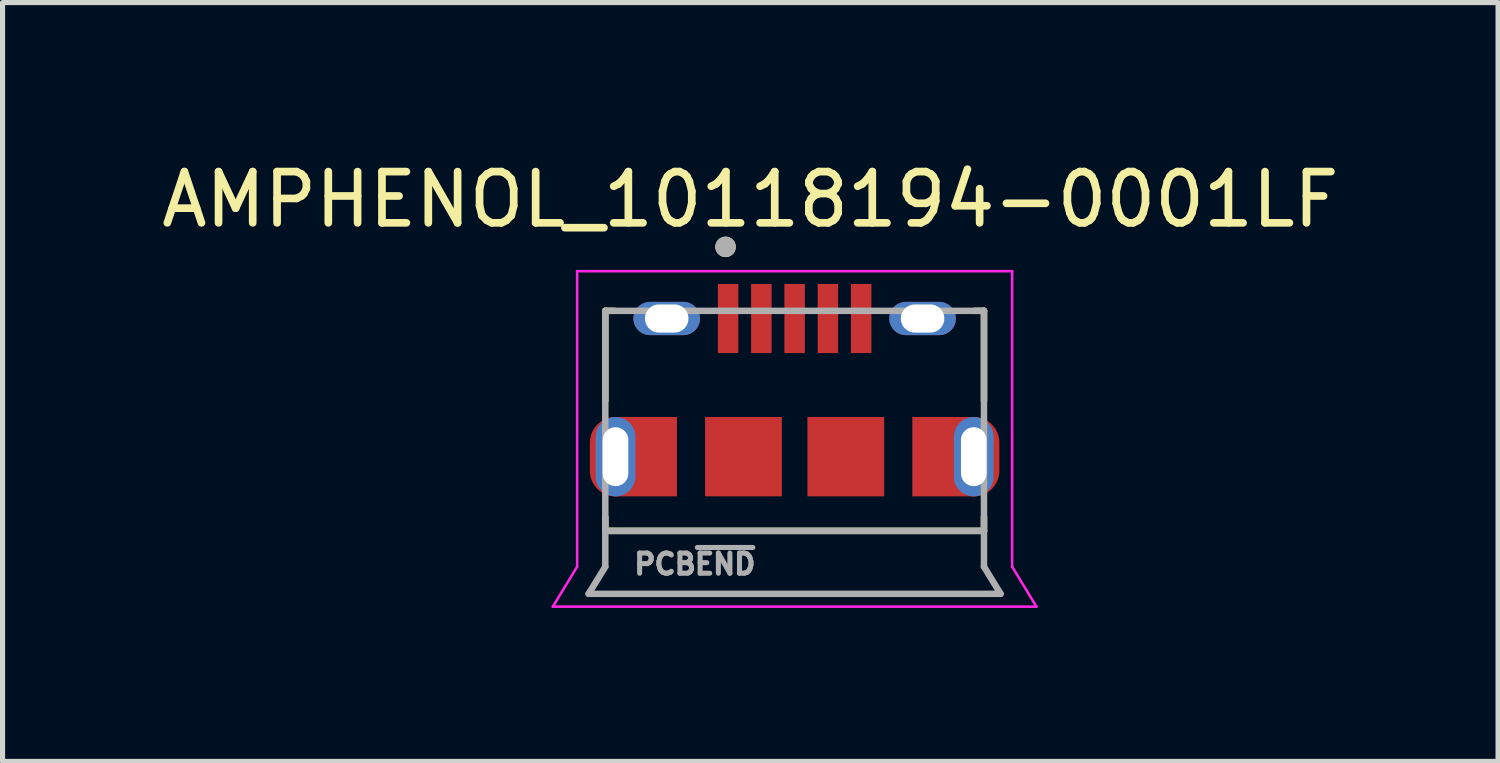
<source format=kicad_pcb>
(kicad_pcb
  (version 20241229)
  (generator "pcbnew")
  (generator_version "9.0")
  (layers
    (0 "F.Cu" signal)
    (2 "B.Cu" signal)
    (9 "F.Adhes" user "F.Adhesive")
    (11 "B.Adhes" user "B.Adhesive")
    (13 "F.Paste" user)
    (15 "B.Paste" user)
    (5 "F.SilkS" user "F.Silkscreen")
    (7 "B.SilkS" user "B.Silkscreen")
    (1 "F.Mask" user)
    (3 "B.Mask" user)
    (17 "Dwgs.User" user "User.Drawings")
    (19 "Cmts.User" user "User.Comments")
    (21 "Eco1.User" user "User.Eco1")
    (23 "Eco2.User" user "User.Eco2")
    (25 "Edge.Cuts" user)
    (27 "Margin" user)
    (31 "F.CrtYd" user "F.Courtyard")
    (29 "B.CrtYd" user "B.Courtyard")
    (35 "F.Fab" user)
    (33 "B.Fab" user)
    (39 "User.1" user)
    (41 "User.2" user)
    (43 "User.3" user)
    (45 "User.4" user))
  (footprint "AMPHENOL_10118194-0001LF"
    (layer "F.Cu")
    (at 12.478 5.874)
    (property "Reference" "AMPHENOL_10118194-0001LF" (at -0.866 -5.025 0) (layer "F.SilkS") (effects (font (size 1.001 1.001) (thickness 0.15))))
    (attr through_hole)
    (fp_poly (pts (xy -2.3 -0.78) (xy -2.3 0.775) (xy -3.498 0.775) (xy -3.498 0.575) (xy -3.486 0.575) (xy -3.473 0.574) (xy -3.46 0.572) (xy -3.447 0.57) (xy -3.434 0.567) (xy -3.422 0.563) (xy -3.41 0.558) (xy -3.398 0.553) (xy -3.386 0.548) (xy -3.374 0.542) (xy -3.363 0.535) (xy -3.353 0.527) (xy -3.342 0.52) (xy -3.332 0.511) (xy -3.323 0.502) (xy -3.314 0.493) (xy -3.305 0.483) (xy -3.298 0.472) (xy -3.29 0.462) (xy -3.283 0.451) (xy -3.277 0.439) (xy -3.272 0.427) (xy -3.267 0.415) (xy -3.262 0.403) (xy -3.258 0.391) (xy -3.255 0.378) (xy -3.253 0.365) (xy -3.251 0.352) (xy -3.25 0.339) (xy -3.25 0.325) (xy -3.25 0.315) (xy -3.25 -0.315) (xy -3.25 -0.325) (xy -3.25 -0.338) (xy -3.251 -0.351) (xy -3.253 -0.364) (xy -3.255 -0.377) (xy -3.259 -0.39) (xy -3.262 -0.402) (xy -3.267 -0.415) (xy -3.272 -0.427) (xy -3.277 -0.438) (xy -3.283 -0.45) (xy -3.29 -0.461) (xy -3.298 -0.472) (xy -3.306 -0.482) (xy -3.314 -0.492) (xy -3.323 -0.502) (xy -3.333 -0.511) (xy -3.343 -0.519) (xy -3.353 -0.527) (xy -3.364 -0.535) (xy -3.375 -0.542) (xy -3.387 -0.548) (xy -3.398 -0.553) (xy -3.41 -0.558) (xy -3.423 -0.563) (xy -3.435 -0.566) (xy -3.448 -0.57) (xy -3.461 -0.572) (xy -3.474 -0.574) (xy -3.487 -0.575) (xy -3.5 -0.575) (xy -3.513 -0.575) (xy -3.526 -0.574) (xy -3.539 -0.572) (xy -3.552 -0.57) (xy -3.565 -0.566) (xy -3.577 -0.563) (xy -3.59 -0.558) (xy -3.602 -0.553) (xy -3.613 -0.548) (xy -3.625 -0.542) (xy -3.636 -0.535) (xy -3.647 -0.527) (xy -3.657 -0.519) (xy -3.667 -0.511) (xy -3.677 -0.502) (xy -3.686 -0.492) (xy -3.694 -0.482) (xy -3.702 -0.472) (xy -3.71 -0.461) (xy -3.717 -0.45) (xy -3.723 -0.438) (xy -3.728 -0.427) (xy -3.733 -0.415) (xy -3.738 -0.402) (xy -3.741 -0.39) (xy -3.745 -0.377) (xy -3.747 -0.364) (xy -3.749 -0.351) (xy -3.75 -0.338) (xy -3.75 -0.325) (xy -3.75 0.325) (xy -3.75 0.339) (xy -3.749 0.352) (xy -3.747 0.365) (xy -3.745 0.378) (xy -3.742 0.391) (xy -3.738 0.403) (xy -3.733 0.415) (xy -3.728 0.427) (xy -3.723 0.439) (xy -3.717 0.451) (xy -3.71 0.462) (xy -3.702 0.472) (xy -3.695 0.483) (xy -3.686 0.493) (xy -3.677 0.502) (xy -3.668 0.511) (xy -3.658 0.52) (xy -3.647 0.527) (xy -3.637 0.535) (xy -3.626 0.542) (xy -3.614 0.548) (xy -3.602 0.553) (xy -3.59 0.558) (xy -3.578 0.563) (xy -3.566 0.567) (xy -3.553 0.57) (xy -3.54 0.572) (xy -3.527 0.574) (xy -3.514 0.575) (xy -3.502 0.575) (xy -3.502 0.775) (xy -3.527 0.774) (xy -3.553 0.772) (xy -3.579 0.769) (xy -3.605 0.764) (xy -3.63 0.758) (xy -3.655 0.751) (xy -3.68 0.742) (xy -3.704 0.732) (xy -3.728 0.721) (xy -3.751 0.708) (xy -3.773 0.695) (xy -3.794 0.68) (xy -3.815 0.664) (xy -3.835 0.647) (xy -3.854 0.629) (xy -3.872 0.61) (xy -3.889 0.59) (xy -3.905 0.569) (xy -3.92 0.548) (xy -3.933 0.526) (xy -3.946 0.503) (xy -3.957 0.479) (xy -3.967 0.455) (xy -3.976 0.43) (xy -3.983 0.405) (xy -3.989 0.38) (xy -3.994 0.354) (xy -3.997 0.328) (xy -3.999 0.302) (xy -4 0.275) (xy -4 -0.275) (xy -3.999 -0.301) (xy -3.997 -0.327) (xy -3.994 -0.353) (xy -3.989 -0.379) (xy -3.983 -0.404) (xy -3.976 -0.43) (xy -3.967 -0.454) (xy -3.957 -0.478) (xy -3.946 -0.502) (xy -3.933 -0.525) (xy -3.919 -0.547) (xy -3.905 -0.569) (xy -3.889 -0.59) (xy -3.872 -0.61) (xy -3.854 -0.629) (xy -3.835 -0.647) (xy -3.815 -0.664) (xy -3.794 -0.68) (xy -3.772 -0.694) (xy -3.75 -0.708) (xy -3.727 -0.721) (xy -3.703 -0.732) (xy -3.679 -0.742) (xy -3.655 -0.751) (xy -3.629 -0.758) (xy -3.604 -0.764) (xy -3.578 -0.769) (xy -3.552 -0.772) (xy -3.526 -0.774) (xy -3.5 -0.775) (xy -2.305 -0.775) (xy -2.305 -0.78) (xy -2.3 -0.78)) (stroke (width 0.001) (type solid)) (fill yes) (layer "F.Cu"))
    (fp_poly (pts (xy 2.3 0.78) (xy 2.3 -0.775) (xy 3.498 -0.775) (xy 3.498 -0.575) (xy 3.486 -0.575) (xy 3.473 -0.574) (xy 3.46 -0.572) (xy 3.447 -0.57) (xy 3.434 -0.567) (xy 3.422 -0.563) (xy 3.41 -0.558) (xy 3.398 -0.553) (xy 3.386 -0.548) (xy 3.374 -0.542) (xy 3.363 -0.535) (xy 3.353 -0.527) (xy 3.342 -0.52) (xy 3.332 -0.511) (xy 3.323 -0.502) (xy 3.314 -0.493) (xy 3.305 -0.483) (xy 3.298 -0.472) (xy 3.29 -0.462) (xy 3.283 -0.451) (xy 3.277 -0.439) (xy 3.272 -0.427) (xy 3.267 -0.415) (xy 3.262 -0.403) (xy 3.258 -0.391) (xy 3.255 -0.378) (xy 3.253 -0.365) (xy 3.251 -0.352) (xy 3.25 -0.339) (xy 3.25 -0.325) (xy 3.25 -0.315) (xy 3.25 0.315) (xy 3.25 0.325) (xy 3.25 0.338) (xy 3.251 0.351) (xy 3.253 0.364) (xy 3.255 0.377) (xy 3.259 0.39) (xy 3.262 0.402) (xy 3.267 0.415) (xy 3.272 0.427) (xy 3.277 0.438) (xy 3.283 0.45) (xy 3.29 0.461) (xy 3.298 0.472) (xy 3.306 0.482) (xy 3.314 0.492) (xy 3.323 0.502) (xy 3.333 0.511) (xy 3.343 0.519) (xy 3.353 0.527) (xy 3.364 0.535) (xy 3.375 0.542) (xy 3.387 0.548) (xy 3.398 0.553) (xy 3.41 0.558) (xy 3.423 0.563) (xy 3.435 0.566) (xy 3.448 0.57) (xy 3.461 0.572) (xy 3.474 0.574) (xy 3.487 0.575) (xy 3.5 0.575) (xy 3.513 0.575) (xy 3.526 0.574) (xy 3.539 0.572) (xy 3.552 0.57) (xy 3.565 0.566) (xy 3.577 0.563) (xy 3.59 0.558) (xy 3.602 0.553) (xy 3.613 0.548) (xy 3.625 0.542) (xy 3.636 0.535) (xy 3.647 0.527) (xy 3.657 0.519) (xy 3.667 0.511) (xy 3.677 0.502) (xy 3.686 0.492) (xy 3.694 0.482) (xy 3.702 0.472) (xy 3.71 0.461) (xy 3.717 0.45) (xy 3.723 0.438) (xy 3.728 0.427) (xy 3.733 0.415) (xy 3.738 0.402) (xy 3.741 0.39) (xy 3.745 0.377) (xy 3.747 0.364) (xy 3.749 0.351) (xy 3.75 0.338) (xy 3.75 0.325) (xy 3.75 -0.325) (xy 3.75 -0.339) (xy 3.749 -0.352) (xy 3.747 -0.365) (xy 3.745 -0.378) (xy 3.742 -0.391) (xy 3.738 -0.403) (xy 3.733 -0.415) (xy 3.728 -0.427) (xy 3.723 -0.439) (xy 3.717 -0.451) (xy 3.71 -0.462) (xy 3.702 -0.472) (xy 3.695 -0.483) (xy 3.686 -0.493) (xy 3.677 -0.502) (xy 3.668 -0.511) (xy 3.658 -0.52) (xy 3.647 -0.527) (xy 3.637 -0.535) (xy 3.626 -0.542) (xy 3.614 -0.548) (xy 3.602 -0.553) (xy 3.59 -0.558) (xy 3.578 -0.563) (xy 3.566 -0.567) (xy 3.553 -0.57) (xy 3.54 -0.572) (xy 3.527 -0.574) (xy 3.514 -0.575) (xy 3.502 -0.575) (xy 3.502 -0.775) (xy 3.527 -0.774) (xy 3.553 -0.772) (xy 3.579 -0.769) (xy 3.605 -0.764) (xy 3.63 -0.758) (xy 3.655 -0.751) (xy 3.68 -0.742) (xy 3.704 -0.732) (xy 3.728 -0.721) (xy 3.751 -0.708) (xy 3.773 -0.695) (xy 3.794 -0.68) (xy 3.815 -0.664) (xy 3.835 -0.647) (xy 3.854 -0.629) (xy 3.872 -0.61) (xy 3.889 -0.59) (xy 3.905 -0.569) (xy 3.92 -0.548) (xy 3.933 -0.526) (xy 3.946 -0.503) (xy 3.957 -0.479) (xy 3.967 -0.455) (xy 3.976 -0.43) (xy 3.983 -0.405) (xy 3.989 -0.38) (xy 3.994 -0.354) (xy 3.997 -0.328) (xy 3.999 -0.302) (xy 4 -0.275) (xy 4 0.275) (xy 3.999 0.301) (xy 3.997 0.327) (xy 3.994 0.353) (xy 3.989 0.379) (xy 3.983 0.404) (xy 3.976 0.43) (xy 3.967 0.454) (xy 3.957 0.478) (xy 3.946 0.502) (xy 3.933 0.525) (xy 3.919 0.547) (xy 3.905 0.569) (xy 3.889 0.59) (xy 3.872 0.61) (xy 3.854 0.629) (xy 3.835 0.647) (xy 3.815 0.664) (xy 3.794 0.68) (xy 3.772 0.694) (xy 3.75 0.708) (xy 3.727 0.721) (xy 3.703 0.732) (xy 3.679 0.742) (xy 3.655 0.751) (xy 3.629 0.758) (xy 3.604 0.764) (xy 3.578 0.769) (xy 3.552 0.772) (xy 3.526 0.774) (xy 3.5 0.775) (xy 2.305 0.775) (xy 2.305 0.78) (xy 2.3 0.78)) (stroke (width 0.001) (type solid)) (fill yes) (layer "F.Cu"))
    (fp_poly (pts (xy -3.6 -0.875) (xy -2.2 -0.875) (xy -2.2 0.875) (xy -3.6 0.875) (xy -3.626 0.874) (xy -3.652 0.872) (xy -3.678 0.869) (xy -3.704 0.864) (xy -3.729 0.858) (xy -3.755 0.851) (xy -3.779 0.842) (xy -3.803 0.832) (xy -3.827 0.821) (xy -3.85 0.808) (xy -3.872 0.794) (xy -3.894 0.78) (xy -3.915 0.764) (xy -3.935 0.747) (xy -3.954 0.729) (xy -3.972 0.71) (xy -3.989 0.69) (xy -4.005 0.669) (xy -4.019 0.647) (xy -4.033 0.625) (xy -4.046 0.602) (xy -4.057 0.578) (xy -4.067 0.554) (xy -4.076 0.53) (xy -4.083 0.504) (xy -4.089 0.479) (xy -4.094 0.453) (xy -4.097 0.427) (xy -4.099 0.401) (xy -4.1 0.375) (xy -4.1 -0.375) (xy -4.099 -0.401) (xy -4.097 -0.427) (xy -4.094 -0.453) (xy -4.089 -0.479) (xy -4.083 -0.504) (xy -4.076 -0.53) (xy -4.067 -0.554) (xy -4.057 -0.578) (xy -4.046 -0.602) (xy -4.033 -0.625) (xy -4.019 -0.647) (xy -4.005 -0.669) (xy -3.989 -0.69) (xy -3.972 -0.71) (xy -3.954 -0.729) (xy -3.935 -0.747) (xy -3.915 -0.764) (xy -3.894 -0.78) (xy -3.872 -0.794) (xy -3.85 -0.808) (xy -3.827 -0.821) (xy -3.803 -0.832) (xy -3.779 -0.842) (xy -3.755 -0.851) (xy -3.729 -0.858) (xy -3.704 -0.864) (xy -3.678 -0.869) (xy -3.652 -0.872) (xy -3.626 -0.874) (xy -3.6 -0.875)) (stroke (width 0.0001) (type solid)) (fill yes) (layer "F.Mask"))
    (fp_poly (pts (xy 3.6 0.875) (xy 2.2 0.875) (xy 2.2 -0.875) (xy 3.6 -0.875) (xy 3.626 -0.874) (xy 3.652 -0.872) (xy 3.678 -0.869) (xy 3.704 -0.864) (xy 3.729 -0.858) (xy 3.755 -0.851) (xy 3.779 -0.842) (xy 3.803 -0.832) (xy 3.827 -0.821) (xy 3.85 -0.808) (xy 3.872 -0.794) (xy 3.894 -0.78) (xy 3.915 -0.764) (xy 3.935 -0.747) (xy 3.954 -0.729) (xy 3.972 -0.71) (xy 3.989 -0.69) (xy 4.005 -0.669) (xy 4.019 -0.647) (xy 4.033 -0.625) (xy 4.046 -0.602) (xy 4.057 -0.578) (xy 4.067 -0.554) (xy 4.076 -0.53) (xy 4.083 -0.504) (xy 4.089 -0.479) (xy 4.094 -0.453) (xy 4.097 -0.427) (xy 4.099 -0.401) (xy 4.1 -0.375) (xy 4.1 0.375) (xy 4.099 0.401) (xy 4.097 0.427) (xy 4.094 0.453) (xy 4.089 0.479) (xy 4.083 0.504) (xy 4.076 0.53) (xy 4.067 0.554) (xy 4.057 0.578) (xy 4.046 0.602) (xy 4.033 0.625) (xy 4.019 0.647) (xy 4.005 0.669) (xy 3.989 0.69) (xy 3.972 0.71) (xy 3.954 0.729) (xy 3.935 0.747) (xy 3.915 0.764) (xy 3.894 0.78) (xy 3.872 0.794) (xy 3.85 0.808) (xy 3.827 0.821) (xy 3.803 0.832) (xy 3.779 0.842) (xy 3.755 0.851) (xy 3.729 0.858) (xy 3.704 0.864) (xy 3.678 0.869) (xy 3.652 0.872) (xy 3.626 0.874) (xy 3.6 0.875)) (stroke (width 0.0001) (type solid)) (fill yes) (layer "F.Mask"))
    (fp_line (start -3.7 -2.85) (end -3.7 -1.095) (stroke (width 0.127) (type solid)) (layer "F.SilkS"))
    (fp_line (start -3.7 -2.85) (end -3.52 -2.85) (stroke (width 0.127) (type solid)) (layer "F.SilkS"))
    (fp_line (start -3.7 1.45) (end -3.7 1.18) (stroke (width 0.127) (type solid)) (layer "F.SilkS"))
    (fp_line (start -3.7 1.45) (end 3.7 1.45) (stroke (width 0.127) (type solid)) (layer "F.SilkS"))
    (fp_line (start 3.7 -2.85) (end 3.52 -2.85) (stroke (width 0.127) (type solid)) (layer "F.SilkS"))
    (fp_line (start 3.7 -2.85) (end 3.7 -1.095) (stroke (width 0.127) (type solid)) (layer "F.SilkS"))
    (fp_line (start 3.7 1.18) (end 3.7 1.45) (stroke (width 0.127) (type solid)) (layer "F.SilkS"))
    (fp_circle (center -1.35 -4.1) (end -1.25 -4.1) (stroke (width 0.2) (type solid)) (fill no) (layer "F.SilkS"))
    (fp_line (start -3.5 -0.77) (end -3.5 -0.6) (stroke (width 0.0001) (type solid)) (layer "F.Paste"))
    (fp_line (start 3.5 0.77) (end 3.5 0.6) (stroke (width 0.0001) (type solid)) (layer "F.Paste"))
    (fp_poly (pts (xy -3.5 -0.775) (xy -3.5 -0.575) (xy -3.487 -0.575) (xy -3.474 -0.574) (xy -3.461 -0.572) (xy -3.448 -0.57) (xy -3.435 -0.566) (xy -3.423 -0.563) (xy -3.41 -0.558) (xy -3.398 -0.553) (xy -3.387 -0.548) (xy -3.375 -0.542) (xy -3.364 -0.535) (xy -3.353 -0.527) (xy -3.343 -0.519) (xy -3.333 -0.511) (xy -3.323 -0.502) (xy -3.314 -0.492) (xy -3.306 -0.482) (xy -3.298 -0.472) (xy -3.29 -0.461) (xy -3.283 -0.45) (xy -3.277 -0.438) (xy -3.272 -0.427) (xy -3.267 -0.415) (xy -3.262 -0.402) (xy -3.259 -0.39) (xy -3.255 -0.377) (xy -3.253 -0.364) (xy -3.251 -0.351) (xy -3.25 -0.338) (xy -3.25 -0.325) (xy -3.25 0.325) (xy -3.25 0.338) (xy -3.251 0.351) (xy -3.253 0.364) (xy -3.255 0.377) (xy -3.259 0.39) (xy -3.262 0.402) (xy -3.267 0.415) (xy -3.272 0.427) (xy -3.277 0.438) (xy -3.283 0.45) (xy -3.29 0.461) (xy -3.298 0.472) (xy -3.306 0.482) (xy -3.314 0.492) (xy -3.323 0.502) (xy -3.333 0.511) (xy -3.343 0.519) (xy -3.353 0.527) (xy -3.364 0.535) (xy -3.375 0.542) (xy -3.387 0.548) (xy -3.398 0.553) (xy -3.41 0.558) (xy -3.423 0.563) (xy -3.435 0.566) (xy -3.448 0.57) (xy -3.461 0.572) (xy -3.474 0.574) (xy -3.487 0.575) (xy -3.5 0.575) (xy -3.5 0.775) (xy -2.3 0.775) (xy -2.3 -0.775) (xy -3.5 -0.775)) (stroke (width 0.0001) (type solid)) (fill yes) (layer "F.Paste"))
    (fp_poly (pts (xy 3.5 0.775) (xy 3.5 0.575) (xy 3.487 0.575) (xy 3.474 0.574) (xy 3.461 0.572) (xy 3.448 0.57) (xy 3.435 0.566) (xy 3.423 0.563) (xy 3.41 0.558) (xy 3.398 0.553) (xy 3.387 0.548) (xy 3.375 0.542) (xy 3.364 0.535) (xy 3.353 0.527) (xy 3.343 0.519) (xy 3.333 0.511) (xy 3.323 0.502) (xy 3.314 0.492) (xy 3.306 0.482) (xy 3.298 0.472) (xy 3.29 0.461) (xy 3.283 0.45) (xy 3.277 0.438) (xy 3.272 0.427) (xy 3.267 0.415) (xy 3.262 0.402) (xy 3.259 0.39) (xy 3.255 0.377) (xy 3.253 0.364) (xy 3.251 0.351) (xy 3.25 0.338) (xy 3.25 0.325) (xy 3.25 -0.325) (xy 3.25 -0.338) (xy 3.251 -0.351) (xy 3.253 -0.364) (xy 3.255 -0.377) (xy 3.259 -0.39) (xy 3.262 -0.402) (xy 3.267 -0.415) (xy 3.272 -0.427) (xy 3.277 -0.438) (xy 3.283 -0.45) (xy 3.29 -0.461) (xy 3.298 -0.472) (xy 3.306 -0.482) (xy 3.314 -0.492) (xy 3.323 -0.502) (xy 3.333 -0.511) (xy 3.343 -0.519) (xy 3.353 -0.527) (xy 3.364 -0.535) (xy 3.375 -0.542) (xy 3.387 -0.548) (xy 3.398 -0.553) (xy 3.41 -0.558) (xy 3.423 -0.563) (xy 3.435 -0.566) (xy 3.448 -0.57) (xy 3.461 -0.572) (xy 3.474 -0.574) (xy 3.487 -0.575) (xy 3.5 -0.575) (xy 3.5 -0.775) (xy 2.3 -0.775) (xy 2.3 0.775) (xy 3.5 0.775)) (stroke (width 0.0001) (type solid)) (fill yes) (layer "F.Paste"))
    (fp_poly (pts (xy -3.5 -0.775) (xy -3.5 -0.575) (xy -3.513 -0.575) (xy -3.526 -0.574) (xy -3.539 -0.572) (xy -3.552 -0.57) (xy -3.565 -0.566) (xy -3.577 -0.563) (xy -3.59 -0.558) (xy -3.602 -0.553) (xy -3.613 -0.548) (xy -3.625 -0.542) (xy -3.636 -0.535) (xy -3.647 -0.527) (xy -3.657 -0.519) (xy -3.667 -0.511) (xy -3.677 -0.502) (xy -3.686 -0.492) (xy -3.694 -0.482) (xy -3.702 -0.472) (xy -3.71 -0.461) (xy -3.717 -0.45) (xy -3.723 -0.438) (xy -3.728 -0.427) (xy -3.733 -0.415) (xy -3.738 -0.402) (xy -3.741 -0.39) (xy -3.745 -0.377) (xy -3.747 -0.364) (xy -3.749 -0.351) (xy -3.75 -0.338) (xy -3.75 -0.325) (xy -3.75 0.325) (xy -3.75 0.338) (xy -3.749 0.351) (xy -3.747 0.364) (xy -3.745 0.377) (xy -3.741 0.39) (xy -3.738 0.402) (xy -3.733 0.415) (xy -3.728 0.427) (xy -3.723 0.438) (xy -3.717 0.45) (xy -3.71 0.461) (xy -3.702 0.472) (xy -3.694 0.482) (xy -3.686 0.492) (xy -3.677 0.502) (xy -3.667 0.511) (xy -3.657 0.519) (xy -3.647 0.527) (xy -3.636 0.535) (xy -3.625 0.542) (xy -3.613 0.548) (xy -3.602 0.553) (xy -3.59 0.558) (xy -3.577 0.563) (xy -3.565 0.566) (xy -3.552 0.57) (xy -3.539 0.572) (xy -3.526 0.574) (xy -3.513 0.575) (xy -3.5 0.575) (xy -3.5 0.775) (xy -3.526 0.774) (xy -3.552 0.772) (xy -3.578 0.769) (xy -3.604 0.764) (xy -3.629 0.758) (xy -3.655 0.751) (xy -3.679 0.742) (xy -3.703 0.732) (xy -3.727 0.721) (xy -3.75 0.708) (xy -3.772 0.694) (xy -3.794 0.68) (xy -3.815 0.664) (xy -3.835 0.647) (xy -3.854 0.629) (xy -3.872 0.61) (xy -3.889 0.59) (xy -3.905 0.569) (xy -3.919 0.547) (xy -3.933 0.525) (xy -3.946 0.502) (xy -3.957 0.478) (xy -3.967 0.454) (xy -3.976 0.43) (xy -3.983 0.404) (xy -3.989 0.379) (xy -3.994 0.353) (xy -3.997 0.327) (xy -3.999 0.301) (xy -4 0.275) (xy -4 -0.275) (xy -3.999 -0.301) (xy -3.997 -0.327) (xy -3.994 -0.353) (xy -3.989 -0.379) (xy -3.983 -0.404) (xy -3.976 -0.43) (xy -3.967 -0.454) (xy -3.957 -0.478) (xy -3.946 -0.502) (xy -3.933 -0.525) (xy -3.919 -0.547) (xy -3.905 -0.569) (xy -3.889 -0.59) (xy -3.872 -0.61) (xy -3.854 -0.629) (xy -3.835 -0.647) (xy -3.815 -0.664) (xy -3.794 -0.68) (xy -3.772 -0.694) (xy -3.75 -0.708) (xy -3.727 -0.721) (xy -3.703 -0.732) (xy -3.679 -0.742) (xy -3.655 -0.751) (xy -3.629 -0.758) (xy -3.604 -0.764) (xy -3.578 -0.769) (xy -3.552 -0.772) (xy -3.526 -0.774) (xy -3.5 -0.775)) (stroke (width 0.0001) (type solid)) (fill yes) (layer "F.Paste"))
    (fp_poly (pts (xy 3.5 0.775) (xy 3.5 0.575) (xy 3.513 0.575) (xy 3.526 0.574) (xy 3.539 0.572) (xy 3.552 0.57) (xy 3.565 0.566) (xy 3.577 0.563) (xy 3.59 0.558) (xy 3.602 0.553) (xy 3.613 0.548) (xy 3.625 0.542) (xy 3.636 0.535) (xy 3.647 0.527) (xy 3.657 0.519) (xy 3.667 0.511) (xy 3.677 0.502) (xy 3.686 0.492) (xy 3.694 0.482) (xy 3.702 0.472) (xy 3.71 0.461) (xy 3.717 0.45) (xy 3.723 0.438) (xy 3.728 0.427) (xy 3.733 0.415) (xy 3.738 0.402) (xy 3.741 0.39) (xy 3.745 0.377) (xy 3.747 0.364) (xy 3.749 0.351) (xy 3.75 0.338) (xy 3.75 0.325) (xy 3.75 -0.325) (xy 3.75 -0.338) (xy 3.749 -0.351) (xy 3.747 -0.364) (xy 3.745 -0.377) (xy 3.741 -0.39) (xy 3.738 -0.402) (xy 3.733 -0.415) (xy 3.728 -0.427) (xy 3.723 -0.438) (xy 3.717 -0.45) (xy 3.71 -0.461) (xy 3.702 -0.472) (xy 3.694 -0.482) (xy 3.686 -0.492) (xy 3.677 -0.502) (xy 3.667 -0.511) (xy 3.657 -0.519) (xy 3.647 -0.527) (xy 3.636 -0.535) (xy 3.625 -0.542) (xy 3.613 -0.548) (xy 3.602 -0.553) (xy 3.59 -0.558) (xy 3.577 -0.563) (xy 3.565 -0.566) (xy 3.552 -0.57) (xy 3.539 -0.572) (xy 3.526 -0.574) (xy 3.513 -0.575) (xy 3.5 -0.575) (xy 3.5 -0.775) (xy 3.526 -0.774) (xy 3.552 -0.772) (xy 3.578 -0.769) (xy 3.604 -0.764) (xy 3.629 -0.758) (xy 3.655 -0.751) (xy 3.679 -0.742) (xy 3.703 -0.732) (xy 3.727 -0.721) (xy 3.75 -0.708) (xy 3.772 -0.694) (xy 3.794 -0.68) (xy 3.815 -0.664) (xy 3.835 -0.647) (xy 3.854 -0.629) (xy 3.872 -0.61) (xy 3.889 -0.59) (xy 3.905 -0.569) (xy 3.919 -0.547) (xy 3.933 -0.525) (xy 3.946 -0.502) (xy 3.957 -0.478) (xy 3.967 -0.454) (xy 3.976 -0.43) (xy 3.983 -0.404) (xy 3.989 -0.379) (xy 3.994 -0.353) (xy 3.997 -0.327) (xy 3.999 -0.301) (xy 4 -0.275) (xy 4 0.275) (xy 3.999 0.301) (xy 3.997 0.327) (xy 3.994 0.353) (xy 3.989 0.379) (xy 3.983 0.404) (xy 3.976 0.43) (xy 3.967 0.454) (xy 3.957 0.478) (xy 3.946 0.502) (xy 3.933 0.525) (xy 3.919 0.547) (xy 3.905 0.569) (xy 3.889 0.59) (xy 3.872 0.61) (xy 3.854 0.629) (xy 3.835 0.647) (xy 3.815 0.664) (xy 3.794 0.68) (xy 3.772 0.694) (xy 3.75 0.708) (xy 3.727 0.721) (xy 3.703 0.732) (xy 3.679 0.742) (xy 3.655 0.751) (xy 3.629 0.758) (xy 3.604 0.764) (xy 3.578 0.769) (xy 3.552 0.772) (xy 3.526 0.774) (xy 3.5 0.775)) (stroke (width 0.0001) (type solid)) (fill yes) (layer "F.Paste"))
    (fp_line (start -4.725 2.93) (end -4.25 2.15) (stroke (width 0.05) (type solid)) (layer "F.CrtYd"))
    (fp_line (start -4.25 -3.625) (end 4.25 -3.625) (stroke (width 0.05) (type solid)) (layer "F.CrtYd"))
    (fp_line (start -4.25 2.15) (end -4.25 -3.625) (stroke (width 0.05) (type solid)) (layer "F.CrtYd"))
    (fp_line (start 4.25 2.15) (end 4.25 -3.625) (stroke (width 0.05) (type solid)) (layer "F.CrtYd"))
    (fp_line (start 4.725 2.93) (end -4.725 2.93) (stroke (width 0.05) (type solid)) (layer "F.CrtYd"))
    (fp_line (start 4.725 2.93) (end 4.25 2.15) (stroke (width 0.05) (type solid)) (layer "F.CrtYd"))
    (fp_line (start -4.025 2.68) (end 4.025 2.68) (stroke (width 0.127) (type solid)) (layer "F.Fab"))
    (fp_line (start -3.7 -2.85) (end -3.7 1.45) (stroke (width 0.127) (type solid)) (layer "F.Fab"))
    (fp_line (start -3.7 -2.85) (end 3.7 -2.85) (stroke (width 0.127) (type solid)) (layer "F.Fab"))
    (fp_line (start -3.7 1.45) (end -3.7 2.15) (stroke (width 0.127) (type solid)) (layer "F.Fab"))
    (fp_line (start -3.7 1.45) (end 3.7 1.45) (stroke (width 0.127) (type solid)) (layer "F.Fab"))
    (fp_line (start -3.7 2.15) (end -4.025 2.68) (stroke (width 0.127) (type solid)) (layer "F.Fab"))
    (fp_line (start 3.7 1.45) (end 3.7 -2.85) (stroke (width 0.127) (type solid)) (layer "F.Fab"))
    (fp_line (start 3.7 2.15) (end 3.7 1.45) (stroke (width 0.127) (type solid)) (layer "F.Fab"))
    (fp_line (start 4.025 2.68) (end 3.7 2.15) (stroke (width 0.127) (type solid)) (layer "F.Fab"))
    (fp_circle (center -1.35 -4.1) (end -1.25 -4.1) (stroke (width 0.2) (type solid)) (fill no) (layer "F.Fab"))
    (fp_text user "PCB~{END}" (at -1.95 2.1 0) (layer "F.Fab") (effects (font (size 0.394 0.394) (thickness 0.15))))
    (pad "1" smd rect (at -1.3 -2.7) (size 0.4 1.35) (layers "F.Cu" "F.Mask" "F.Paste"))
    (pad "2" smd rect (at -0.65 -2.7) (size 0.4 1.35) (layers "F.Cu" "F.Mask" "F.Paste"))
    (pad "3" smd rect (at 0 -2.7) (size 0.4 1.35) (layers "F.Cu" "F.Mask" "F.Paste"))
    (pad "4" smd rect (at 0.65 -2.7) (size 0.4 1.35) (layers "F.Cu" "F.Mask" "F.Paste"))
    (pad "5" smd rect (at 1.3 -2.7) (size 0.4 1.35) (layers "F.Cu" "F.Mask" "F.Paste"))
    (pad "S1" thru_hole oval (at -2.5 -2.7) (size 1.3 0.65) (drill oval 0.85 0.55) (layers "*.Cu" "*.Mask"))
    (pad "S2" thru_hole oval (at 2.5 -2.7) (size 1.3 0.65) (drill oval 0.85 0.55) (layers "*.Cu" "*.Mask"))
    (pad "S3" thru_hole oval (at -3.5 0) (size 0.775 1.55) (drill oval 0.5 1.15) (layers "*.Cu" "*.Mask"))
    (pad "S4" smd rect (at -1 0) (size 1.5 1.55) (layers "F.Cu" "F.Mask" "F.Paste"))
    (pad "S5" smd rect (at 1 0) (size 1.5 1.55) (layers "F.Cu" "F.Mask" "F.Paste"))
    (pad "S6" thru_hole oval (at 3.5 0) (size 0.775 1.55) (drill oval 0.5 1.15) (layers "*.Cu" "*.Mask")))
  (gr_rect
    (start -3 -3)
    (end 26.224 11.829)
    (stroke (width 0.1) (type default))
    (fill no)
    (layer "Edge.Cuts")))
</source>
